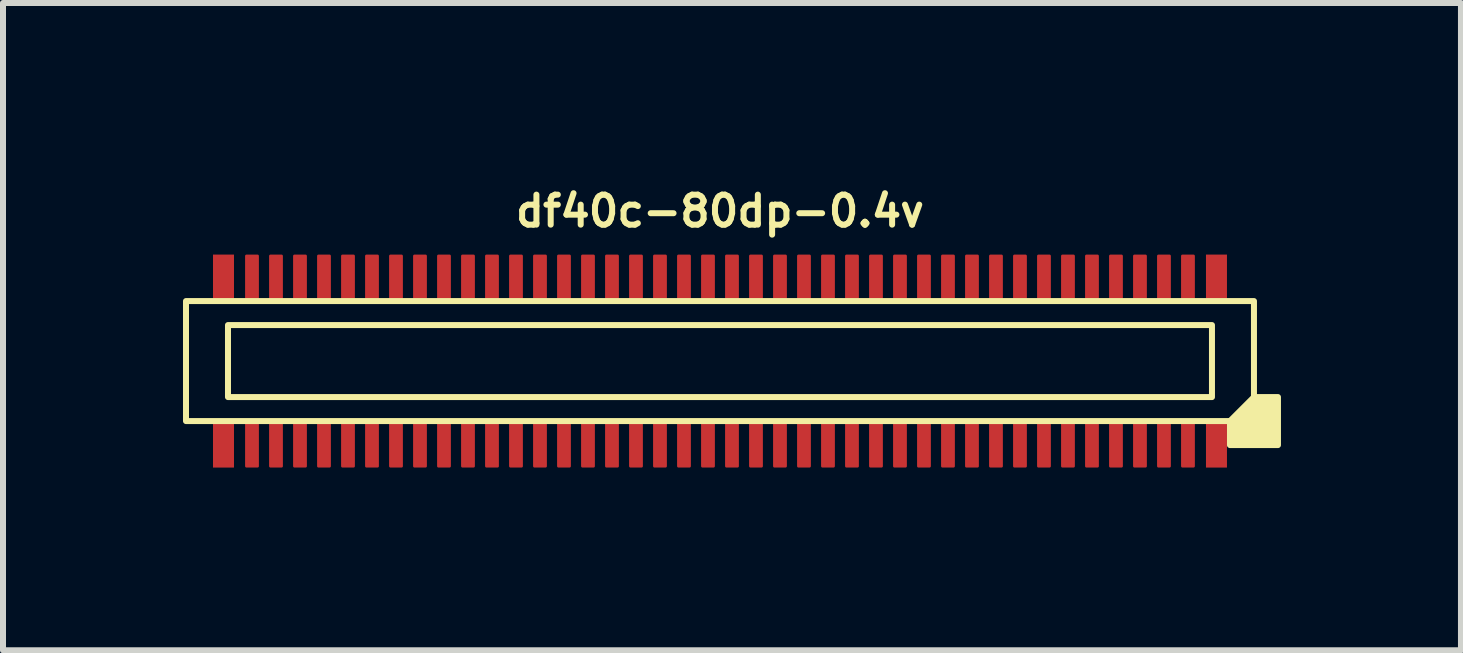
<source format=kicad_pcb>
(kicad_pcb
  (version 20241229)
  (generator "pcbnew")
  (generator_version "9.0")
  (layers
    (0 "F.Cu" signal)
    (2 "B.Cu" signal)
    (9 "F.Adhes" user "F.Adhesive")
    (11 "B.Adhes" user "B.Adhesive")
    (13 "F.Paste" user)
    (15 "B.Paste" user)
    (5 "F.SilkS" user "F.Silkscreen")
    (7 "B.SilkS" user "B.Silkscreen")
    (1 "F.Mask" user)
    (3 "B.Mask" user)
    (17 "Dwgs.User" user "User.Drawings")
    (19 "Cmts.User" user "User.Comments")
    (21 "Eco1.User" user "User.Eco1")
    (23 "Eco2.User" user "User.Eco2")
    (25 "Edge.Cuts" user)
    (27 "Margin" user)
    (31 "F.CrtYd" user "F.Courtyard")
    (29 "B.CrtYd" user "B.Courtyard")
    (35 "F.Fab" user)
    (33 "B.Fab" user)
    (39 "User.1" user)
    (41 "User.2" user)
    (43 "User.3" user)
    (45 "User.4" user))
  (footprint "df40c-80dp-0.4v"
    (layer "F.Cu")
    (at 8.95 2.968)
    (property "Reference" "df40c-80dp-0.4v" (at 0 -2.5 180) (layer "F.SilkS") (effects (font (size 0.5 0.5) (thickness 0.1))))
    (attr smd)
    (fp_rect (start -8.45 -1.775) (end -8.1 -1.025) (stroke (width 0) (type solid)) (fill yes) (layer "F.Cu"))
    (fp_rect (start -8.45 1.025) (end -8.1 1.775) (stroke (width 0) (type solid)) (fill yes) (layer "F.Cu"))
    (fp_rect (start 8.1 -1.775) (end 8.45 -1.025) (stroke (width 0) (type solid)) (fill yes) (layer "F.Cu"))
    (fp_rect (start 8.1 1.025) (end 8.45 1.775) (stroke (width 0) (type solid)) (fill yes) (layer "F.Cu"))
    (fp_rect (start -8.48 -1.805) (end -8.07 -0.995) (stroke (width 0) (type solid)) (fill yes) (layer "F.Mask"))
    (fp_rect (start -8.48 0.995) (end -8.07 1.805) (stroke (width 0) (type solid)) (fill yes) (layer "F.Mask"))
    (fp_rect (start 8.07 -0.995) (end 8.48 -1.805) (stroke (width 0.03) (type solid)) (fill yes) (layer "F.Mask"))
    (fp_rect (start 8.07 0.995) (end 8.48 1.805) (stroke (width 0.03) (type solid)) (fill yes) (layer "F.Mask"))
    (fp_rect (start 8.2 -0.6) (end -8.2 0.6) (stroke (width 0.1) (type default)) (fill no) (layer "F.SilkS"))
    (fp_rect (start 8.9 -1) (end -8.9 1) (stroke (width 0.1) (type default)) (fill no) (layer "F.SilkS"))
    (fp_poly (pts (xy 8.5 1) (xy 8.5 1.4) (xy 9.3 1.4) (xy 9.3 0.6) (xy 8.9 0.6)) (stroke (width 0.1) (type solid)) (fill yes) (layer "F.SilkS"))
    (fp_rect (start -8.45 -1.775) (end -8.1 -1.025) (stroke (width 0) (type solid)) (fill yes) (layer "F.Paste"))
    (fp_rect (start -8.1 1.025) (end -8.45 1.775) (stroke (width 0) (type solid)) (fill yes) (layer "F.Paste"))
    (fp_rect (start 8.1 -1.775) (end 8.45 -1.025) (stroke (width 0) (type solid)) (fill yes) (layer "F.Paste"))
    (fp_rect (start 8.1 1.025) (end 8.45 1.775) (stroke (width 0) (type solid)) (fill yes) (layer "F.Paste"))
    (pad "1" smd roundrect (at 7.8 1.4) (size 0.23 0.75) (layers "F.Cu" "F.Mask" "F.Paste") (roundrect_rratio 0.1))
    (pad "2" smd roundrect (at 7.8 -1.4) (size 0.23 0.75) (layers "F.Cu" "F.Mask" "F.Paste") (roundrect_rratio 0.1))
    (pad "3" smd roundrect (at 7.4 1.4) (size 0.23 0.75) (layers "F.Cu" "F.Mask" "F.Paste") (roundrect_rratio 0.1))
    (pad "4" smd roundrect (at 7.4 -1.4) (size 0.23 0.75) (layers "F.Cu" "F.Mask" "F.Paste") (roundrect_rratio 0.1))
    (pad "5" smd roundrect (at 7 1.4) (size 0.23 0.75) (layers "F.Cu" "F.Mask" "F.Paste") (roundrect_rratio 0.1))
    (pad "6" smd roundrect (at 7 -1.4) (size 0.23 0.75) (layers "F.Cu" "F.Mask" "F.Paste") (roundrect_rratio 0.1))
    (pad "7" smd roundrect (at 6.6 1.4) (size 0.23 0.75) (layers "F.Cu" "F.Mask" "F.Paste") (roundrect_rratio 0.1))
    (pad "8" smd roundrect (at 6.6 -1.4) (size 0.23 0.75) (layers "F.Cu" "F.Mask" "F.Paste") (roundrect_rratio 0.1))
    (pad "9" smd roundrect (at 6.2 1.4) (size 0.23 0.75) (layers "F.Cu" "F.Mask" "F.Paste") (roundrect_rratio 0.1))
    (pad "10" smd roundrect (at 6.2 -1.4) (size 0.23 0.75) (layers "F.Cu" "F.Mask" "F.Paste") (roundrect_rratio 0.1))
    (pad "11" smd roundrect (at 5.8 1.4) (size 0.23 0.75) (layers "F.Cu" "F.Mask" "F.Paste") (roundrect_rratio 0.1))
    (pad "12" smd roundrect (at 5.8 -1.4) (size 0.23 0.75) (layers "F.Cu" "F.Mask" "F.Paste") (roundrect_rratio 0.1))
    (pad "13" smd roundrect (at 5.4 1.4) (size 0.23 0.75) (layers "F.Cu" "F.Mask" "F.Paste") (roundrect_rratio 0.1))
    (pad "14" smd roundrect (at 5.4 -1.4) (size 0.23 0.75) (layers "F.Cu" "F.Mask" "F.Paste") (roundrect_rratio 0.1))
    (pad "15" smd roundrect (at 5 1.4) (size 0.23 0.75) (layers "F.Cu" "F.Mask" "F.Paste") (roundrect_rratio 0.1))
    (pad "16" smd roundrect (at 5 -1.4) (size 0.23 0.75) (layers "F.Cu" "F.Mask" "F.Paste") (roundrect_rratio 0.1))
    (pad "17" smd roundrect (at 4.6 1.4) (size 0.23 0.75) (layers "F.Cu" "F.Mask" "F.Paste") (roundrect_rratio 0.1))
    (pad "18" smd roundrect (at 4.6 -1.4) (size 0.23 0.75) (layers "F.Cu" "F.Mask" "F.Paste") (roundrect_rratio 0.1))
    (pad "19" smd roundrect (at 4.2 1.4) (size 0.23 0.75) (layers "F.Cu" "F.Mask" "F.Paste") (roundrect_rratio 0.1))
    (pad "20" smd roundrect (at 4.2 -1.4) (size 0.23 0.75) (layers "F.Cu" "F.Mask" "F.Paste") (roundrect_rratio 0.1))
    (pad "21" smd roundrect (at 3.8 1.4) (size 0.23 0.75) (layers "F.Cu" "F.Mask" "F.Paste") (roundrect_rratio 0.1))
    (pad "22" smd roundrect (at 3.8 -1.4) (size 0.23 0.75) (layers "F.Cu" "F.Mask" "F.Paste") (roundrect_rratio 0.1))
    (pad "23" smd roundrect (at 3.4 1.4) (size 0.23 0.75) (layers "F.Cu" "F.Mask" "F.Paste") (roundrect_rratio 0.1))
    (pad "24" smd roundrect (at 3.4 -1.4) (size 0.23 0.75) (layers "F.Cu" "F.Mask" "F.Paste") (roundrect_rratio 0.1))
    (pad "25" smd roundrect (at 3 1.4) (size 0.23 0.75) (layers "F.Cu" "F.Mask" "F.Paste") (roundrect_rratio 0.1))
    (pad "26" smd roundrect (at 3 -1.4) (size 0.23 0.75) (layers "F.Cu" "F.Mask" "F.Paste") (roundrect_rratio 0.1))
    (pad "27" smd roundrect (at 2.6 1.4) (size 0.23 0.75) (layers "F.Cu" "F.Mask" "F.Paste") (roundrect_rratio 0.1))
    (pad "28" smd roundrect (at 2.6 -1.4) (size 0.23 0.75) (layers "F.Cu" "F.Mask" "F.Paste") (roundrect_rratio 0.1))
    (pad "29" smd roundrect (at 2.2 1.4) (size 0.23 0.75) (layers "F.Cu" "F.Mask" "F.Paste") (roundrect_rratio 0.1))
    (pad "30" smd roundrect (at 2.2 -1.4) (size 0.23 0.75) (layers "F.Cu" "F.Mask" "F.Paste") (roundrect_rratio 0.1))
    (pad "31" smd roundrect (at 1.8 1.4) (size 0.23 0.75) (layers "F.Cu" "F.Mask" "F.Paste") (roundrect_rratio 0.1))
    (pad "32" smd roundrect (at 1.8 -1.4) (size 0.23 0.75) (layers "F.Cu" "F.Mask" "F.Paste") (roundrect_rratio 0.1))
    (pad "33" smd roundrect (at 1.4 1.4) (size 0.23 0.75) (layers "F.Cu" "F.Mask" "F.Paste") (roundrect_rratio 0.1))
    (pad "34" smd roundrect (at 1.4 -1.4) (size 0.23 0.75) (layers "F.Cu" "F.Mask" "F.Paste") (roundrect_rratio 0.1))
    (pad "35" smd roundrect (at 1 1.4) (size 0.23 0.75) (layers "F.Cu" "F.Mask" "F.Paste") (roundrect_rratio 0.1))
    (pad "36" smd roundrect (at 1 -1.4) (size 0.23 0.75) (layers "F.Cu" "F.Mask" "F.Paste") (roundrect_rratio 0.1))
    (pad "37" smd roundrect (at 0.6 1.4) (size 0.23 0.75) (layers "F.Cu" "F.Mask" "F.Paste") (roundrect_rratio 0.1))
    (pad "38" smd roundrect (at 0.6 -1.4) (size 0.23 0.75) (layers "F.Cu" "F.Mask" "F.Paste") (roundrect_rratio 0.1))
    (pad "39" smd roundrect (at 0.2 1.4) (size 0.23 0.75) (layers "F.Cu" "F.Mask" "F.Paste") (roundrect_rratio 0.1))
    (pad "40" smd roundrect (at 0.2 -1.4) (size 0.23 0.75) (layers "F.Cu" "F.Mask" "F.Paste") (roundrect_rratio 0.1))
    (pad "41" smd roundrect (at -0.2 1.4) (size 0.23 0.75) (layers "F.Cu" "F.Mask" "F.Paste") (roundrect_rratio 0.1))
    (pad "42" smd roundrect (at -0.2 -1.4) (size 0.23 0.75) (layers "F.Cu" "F.Mask" "F.Paste") (roundrect_rratio 0.1))
    (pad "43" smd roundrect (at -0.6 1.4) (size 0.23 0.75) (layers "F.Cu" "F.Mask" "F.Paste") (roundrect_rratio 0.1))
    (pad "44" smd roundrect (at -0.6 -1.4) (size 0.23 0.75) (layers "F.Cu" "F.Mask" "F.Paste") (roundrect_rratio 0.1))
    (pad "45" smd roundrect (at -1 1.4) (size 0.23 0.75) (layers "F.Cu" "F.Mask" "F.Paste") (roundrect_rratio 0.1))
    (pad "46" smd roundrect (at -1 -1.4) (size 0.23 0.75) (layers "F.Cu" "F.Mask" "F.Paste") (roundrect_rratio 0.1))
    (pad "47" smd roundrect (at -1.4 1.4) (size 0.23 0.75) (layers "F.Cu" "F.Mask" "F.Paste") (roundrect_rratio 0.1))
    (pad "48" smd roundrect (at -1.4 -1.4) (size 0.23 0.75) (layers "F.Cu" "F.Mask" "F.Paste") (roundrect_rratio 0.1))
    (pad "49" smd roundrect (at -1.8 1.4) (size 0.23 0.75) (layers "F.Cu" "F.Mask" "F.Paste") (roundrect_rratio 0.1))
    (pad "50" smd roundrect (at -1.8 -1.4) (size 0.23 0.75) (layers "F.Cu" "F.Mask" "F.Paste") (roundrect_rratio 0.1))
    (pad "51" smd roundrect (at -2.2 1.4) (size 0.23 0.75) (layers "F.Cu" "F.Mask" "F.Paste") (roundrect_rratio 0.1))
    (pad "52" smd roundrect (at -2.2 -1.4) (size 0.23 0.75) (layers "F.Cu" "F.Mask" "F.Paste") (roundrect_rratio 0.1))
    (pad "53" smd roundrect (at -2.6 1.4) (size 0.23 0.75) (layers "F.Cu" "F.Mask" "F.Paste") (roundrect_rratio 0.1))
    (pad "54" smd roundrect (at -2.6 -1.4) (size 0.23 0.75) (layers "F.Cu" "F.Mask" "F.Paste") (roundrect_rratio 0.1))
    (pad "55" smd roundrect (at -3 1.4) (size 0.23 0.75) (layers "F.Cu" "F.Mask" "F.Paste") (roundrect_rratio 0.1))
    (pad "56" smd roundrect (at -3 -1.4) (size 0.23 0.75) (layers "F.Cu" "F.Mask" "F.Paste") (roundrect_rratio 0.1))
    (pad "57" smd roundrect (at -3.4 1.4) (size 0.23 0.75) (layers "F.Cu" "F.Mask" "F.Paste") (roundrect_rratio 0.1))
    (pad "58" smd roundrect (at -3.4 -1.4) (size 0.23 0.75) (layers "F.Cu" "F.Mask" "F.Paste") (roundrect_rratio 0.1))
    (pad "59" smd roundrect (at -3.8 1.4) (size 0.23 0.75) (layers "F.Cu" "F.Mask" "F.Paste") (roundrect_rratio 0.1))
    (pad "60" smd roundrect (at -3.8 -1.4) (size 0.23 0.75) (layers "F.Cu" "F.Mask" "F.Paste") (roundrect_rratio 0.1))
    (pad "61" smd roundrect (at -4.2 1.4) (size 0.23 0.75) (layers "F.Cu" "F.Mask" "F.Paste") (roundrect_rratio 0.1))
    (pad "62" smd roundrect (at -4.2 -1.4) (size 0.23 0.75) (layers "F.Cu" "F.Mask" "F.Paste") (roundrect_rratio 0.1))
    (pad "63" smd roundrect (at -4.6 1.4) (size 0.23 0.75) (layers "F.Cu" "F.Mask" "F.Paste") (roundrect_rratio 0.1))
    (pad "64" smd roundrect (at -4.6 -1.4) (size 0.23 0.75) (layers "F.Cu" "F.Mask" "F.Paste") (roundrect_rratio 0.1))
    (pad "65" smd roundrect (at -5 1.4) (size 0.23 0.75) (layers "F.Cu" "F.Mask" "F.Paste") (roundrect_rratio 0.1))
    (pad "66" smd roundrect (at -5 -1.4) (size 0.23 0.75) (layers "F.Cu" "F.Mask" "F.Paste") (roundrect_rratio 0.1))
    (pad "67" smd roundrect (at -5.4 1.4) (size 0.23 0.75) (layers "F.Cu" "F.Mask" "F.Paste") (roundrect_rratio 0.1))
    (pad "68" smd roundrect (at -5.4 -1.4) (size 0.23 0.75) (layers "F.Cu" "F.Mask" "F.Paste") (roundrect_rratio 0.1))
    (pad "69" smd roundrect (at -5.8 1.4) (size 0.23 0.75) (layers "F.Cu" "F.Mask" "F.Paste") (roundrect_rratio 0.1))
    (pad "70" smd roundrect (at -5.8 -1.4) (size 0.23 0.75) (layers "F.Cu" "F.Mask" "F.Paste") (roundrect_rratio 0.1))
    (pad "71" smd roundrect (at -6.2 1.4) (size 0.23 0.75) (layers "F.Cu" "F.Mask" "F.Paste") (roundrect_rratio 0.1))
    (pad "72" smd roundrect (at -6.2 -1.4) (size 0.23 0.75) (layers "F.Cu" "F.Mask" "F.Paste") (roundrect_rratio 0.1))
    (pad "73" smd roundrect (at -6.6 1.4) (size 0.23 0.75) (layers "F.Cu" "F.Mask" "F.Paste") (roundrect_rratio 0.1))
    (pad "74" smd roundrect (at -6.6 -1.4) (size 0.23 0.75) (layers "F.Cu" "F.Mask" "F.Paste") (roundrect_rratio 0.1))
    (pad "75" smd roundrect (at -7 1.4) (size 0.23 0.75) (layers "F.Cu" "F.Mask" "F.Paste") (roundrect_rratio 0.1))
    (pad "76" smd roundrect (at -7 -1.4) (size 0.23 0.75) (layers "F.Cu" "F.Mask" "F.Paste") (roundrect_rratio 0.1))
    (pad "77" smd roundrect (at -7.4 1.4) (size 0.23 0.75) (layers "F.Cu" "F.Mask" "F.Paste") (roundrect_rratio 0.1))
    (pad "78" smd roundrect (at -7.4 -1.4) (size 0.23 0.75) (layers "F.Cu" "F.Mask" "F.Paste") (roundrect_rratio 0.1))
    (pad "79" smd roundrect (at -7.8 1.4) (size 0.23 0.75) (layers "F.Cu" "F.Mask" "F.Paste") (roundrect_rratio 0.1))
    (pad "80" smd roundrect (at -7.8 -1.4) (size 0.23 0.75) (layers "F.Cu" "F.Mask" "F.Paste") (roundrect_rratio 0.1)))
  (gr_rect
    (start -3 -3)
    (end 21.3 7.788)
    (stroke (width 0.1) (type default))
    (fill no)
    (layer "Edge.Cuts")))
</source>
